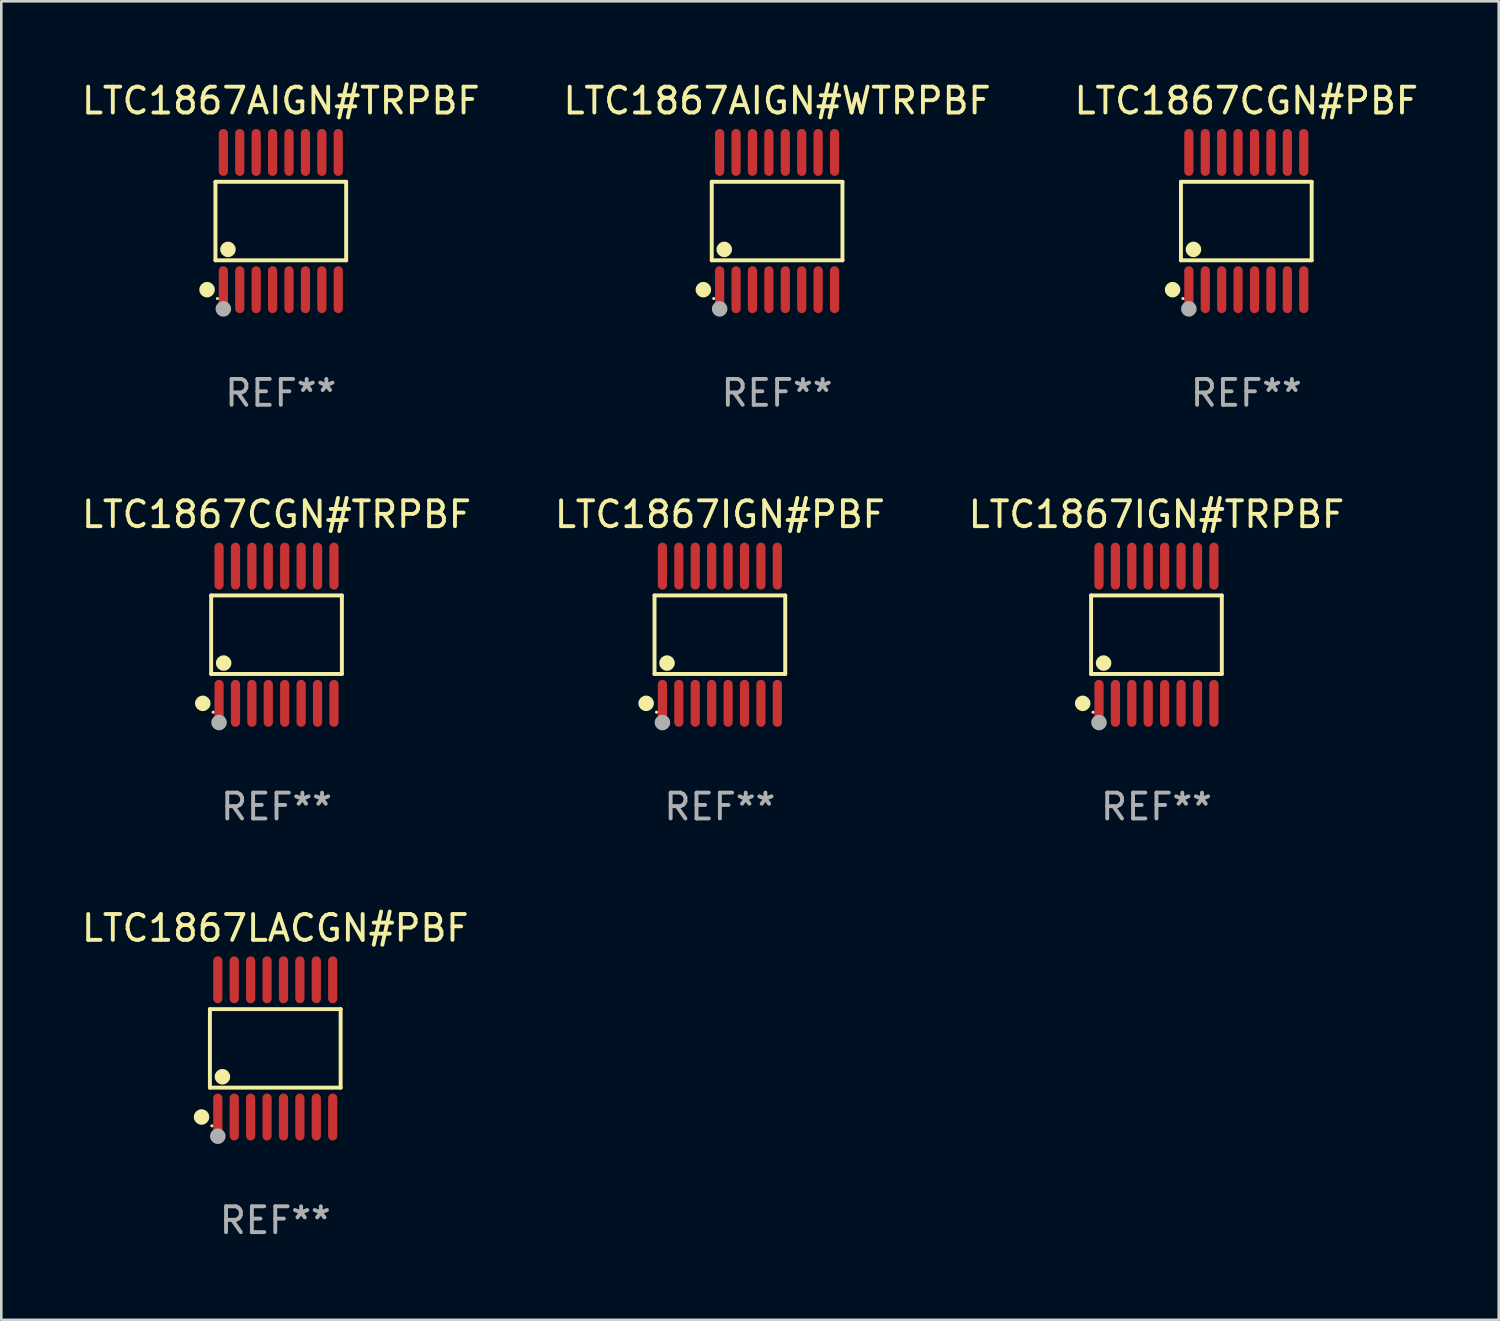
<source format=kicad_pcb>
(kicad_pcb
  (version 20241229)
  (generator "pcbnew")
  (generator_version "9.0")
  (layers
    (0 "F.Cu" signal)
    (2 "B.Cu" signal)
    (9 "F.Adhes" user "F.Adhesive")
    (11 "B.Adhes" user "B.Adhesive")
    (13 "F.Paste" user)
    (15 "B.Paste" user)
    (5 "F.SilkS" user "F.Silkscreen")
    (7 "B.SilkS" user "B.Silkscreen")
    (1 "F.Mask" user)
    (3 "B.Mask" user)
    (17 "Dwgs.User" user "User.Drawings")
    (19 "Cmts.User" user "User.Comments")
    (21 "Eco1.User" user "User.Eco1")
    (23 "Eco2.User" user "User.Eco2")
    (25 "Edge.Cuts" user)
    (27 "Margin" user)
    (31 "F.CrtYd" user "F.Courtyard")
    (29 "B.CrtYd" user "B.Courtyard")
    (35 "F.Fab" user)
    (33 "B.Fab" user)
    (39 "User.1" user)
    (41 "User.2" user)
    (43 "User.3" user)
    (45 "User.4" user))
  (footprint "LTC1867CGN#PBF"
    (layer "F.Cu")
    (at 45.173 5.503)
    (property "Reference" "LTC1867CGN#PBF" (at 0 -4.655 0) (layer "F.SilkS") (effects (font (size 1 1) (thickness 0.15))))
    (attr through_hole)
    (fp_line (start -2.529 -1.519) (end 2.529 -1.519) (stroke (width 0.152) (type solid)) (layer "F.SilkS"))
    (fp_line (start -2.529 1.519) (end -2.529 -1.519) (stroke (width 0.152) (type solid)) (layer "F.SilkS"))
    (fp_line (start 2.529 -1.519) (end 2.529 1.519) (stroke (width 0.152) (type solid)) (layer "F.SilkS"))
    (fp_line (start 2.529 1.519) (end -2.529 1.519) (stroke (width 0.152) (type solid)) (layer "F.SilkS"))
    (fp_circle (center -2.853 2.655) (end -2.703 2.655) (stroke (width 0.3) (type solid)) (fill no) (layer "F.SilkS"))
    (fp_circle (center -2.453 2.998) (end -2.423 2.998) (stroke (width 0.06) (type solid)) (fill no) (layer "F.SilkS"))
    (fp_circle (center -2.045 1.097) (end -1.895 1.097) (stroke (width 0.3) (type solid)) (fill no) (layer "F.SilkS"))
    (fp_circle (center -2.223 3.398) (end -2.072 3.398) (stroke (width 0.3) (type solid)) (fill no) (layer "F.Fab"))
    (fp_text user "REF**" (at 0 6.655 0) (layer "F.Fab") (effects (font (size 1 1) (thickness 0.15))))
    (pad "1" smd oval (at -2.223 2.655) (size 0.356 1.815) (layers "F.Cu" "F.Mask" "F.Paste"))
    (pad "2" smd oval (at -1.588 2.655) (size 0.356 1.815) (layers "F.Cu" "F.Mask" "F.Paste"))
    (pad "3" smd oval (at -0.953 2.655) (size 0.356 1.815) (layers "F.Cu" "F.Mask" "F.Paste"))
    (pad "4" smd oval (at -0.318 2.655) (size 0.356 1.815) (layers "F.Cu" "F.Mask" "F.Paste"))
    (pad "5" smd oval (at 0.318 2.655) (size 0.356 1.815) (layers "F.Cu" "F.Mask" "F.Paste"))
    (pad "6" smd oval (at 0.953 2.655) (size 0.356 1.815) (layers "F.Cu" "F.Mask" "F.Paste"))
    (pad "7" smd oval (at 1.588 2.655) (size 0.356 1.815) (layers "F.Cu" "F.Mask" "F.Paste"))
    (pad "8" smd oval (at 2.223 2.655) (size 0.356 1.815) (layers "F.Cu" "F.Mask" "F.Paste"))
    (pad "9" smd oval (at 2.223 -2.655) (size 0.356 1.815) (layers "F.Cu" "F.Mask" "F.Paste"))
    (pad "10" smd oval (at 1.588 -2.655) (size 0.356 1.815) (layers "F.Cu" "F.Mask" "F.Paste"))
    (pad "11" smd oval (at 0.953 -2.655) (size 0.356 1.815) (layers "F.Cu" "F.Mask" "F.Paste"))
    (pad "12" smd oval (at 0.318 -2.655) (size 0.356 1.815) (layers "F.Cu" "F.Mask" "F.Paste"))
    (pad "13" smd oval (at -0.318 -2.655) (size 0.356 1.815) (layers "F.Cu" "F.Mask" "F.Paste"))
    (pad "14" smd oval (at -0.953 -2.655) (size 0.356 1.815) (layers "F.Cu" "F.Mask" "F.Paste"))
    (pad "15" smd oval (at -1.588 -2.655) (size 0.356 1.815) (layers "F.Cu" "F.Mask" "F.Paste"))
    (pad "16" smd oval (at -2.223 -2.655) (size 0.356 1.815) (layers "F.Cu" "F.Mask" "F.Paste")))
  (footprint "LTC1867CGN#TRPBF"
    (layer "F.Cu")
    (at 7.649 21.509)
    (property "Reference" "LTC1867CGN#TRPBF" (at 0 -4.655 0) (layer "F.SilkS") (effects (font (size 1 1) (thickness 0.15))))
    (attr through_hole)
    (fp_line (start -2.529 -1.519) (end 2.529 -1.519) (stroke (width 0.152) (type solid)) (layer "F.SilkS"))
    (fp_line (start -2.529 1.519) (end -2.529 -1.519) (stroke (width 0.152) (type solid)) (layer "F.SilkS"))
    (fp_line (start 2.529 -1.519) (end 2.529 1.519) (stroke (width 0.152) (type solid)) (layer "F.SilkS"))
    (fp_line (start 2.529 1.519) (end -2.529 1.519) (stroke (width 0.152) (type solid)) (layer "F.SilkS"))
    (fp_circle (center -2.853 2.655) (end -2.703 2.655) (stroke (width 0.3) (type solid)) (fill no) (layer "F.SilkS"))
    (fp_circle (center -2.453 2.998) (end -2.423 2.998) (stroke (width 0.06) (type solid)) (fill no) (layer "F.SilkS"))
    (fp_circle (center -2.045 1.097) (end -1.895 1.097) (stroke (width 0.3) (type solid)) (fill no) (layer "F.SilkS"))
    (fp_circle (center -2.223 3.398) (end -2.072 3.398) (stroke (width 0.3) (type solid)) (fill no) (layer "F.Fab"))
    (fp_text user "REF**" (at 0 6.655 0) (layer "F.Fab") (effects (font (size 1 1) (thickness 0.15))))
    (pad "1" smd oval (at -2.223 2.655) (size 0.356 1.815) (layers "F.Cu" "F.Mask" "F.Paste"))
    (pad "2" smd oval (at -1.588 2.655) (size 0.356 1.815) (layers "F.Cu" "F.Mask" "F.Paste"))
    (pad "3" smd oval (at -0.953 2.655) (size 0.356 1.815) (layers "F.Cu" "F.Mask" "F.Paste"))
    (pad "4" smd oval (at -0.318 2.655) (size 0.356 1.815) (layers "F.Cu" "F.Mask" "F.Paste"))
    (pad "5" smd oval (at 0.318 2.655) (size 0.356 1.815) (layers "F.Cu" "F.Mask" "F.Paste"))
    (pad "6" smd oval (at 0.953 2.655) (size 0.356 1.815) (layers "F.Cu" "F.Mask" "F.Paste"))
    (pad "7" smd oval (at 1.588 2.655) (size 0.356 1.815) (layers "F.Cu" "F.Mask" "F.Paste"))
    (pad "8" smd oval (at 2.223 2.655) (size 0.356 1.815) (layers "F.Cu" "F.Mask" "F.Paste"))
    (pad "9" smd oval (at 2.223 -2.655) (size 0.356 1.815) (layers "F.Cu" "F.Mask" "F.Paste"))
    (pad "10" smd oval (at 1.588 -2.655) (size 0.356 1.815) (layers "F.Cu" "F.Mask" "F.Paste"))
    (pad "11" smd oval (at 0.953 -2.655) (size 0.356 1.815) (layers "F.Cu" "F.Mask" "F.Paste"))
    (pad "12" smd oval (at 0.318 -2.655) (size 0.356 1.815) (layers "F.Cu" "F.Mask" "F.Paste"))
    (pad "13" smd oval (at -0.318 -2.655) (size 0.356 1.815) (layers "F.Cu" "F.Mask" "F.Paste"))
    (pad "14" smd oval (at -0.953 -2.655) (size 0.356 1.815) (layers "F.Cu" "F.Mask" "F.Paste"))
    (pad "15" smd oval (at -1.588 -2.655) (size 0.356 1.815) (layers "F.Cu" "F.Mask" "F.Paste"))
    (pad "16" smd oval (at -2.223 -2.655) (size 0.356 1.815) (layers "F.Cu" "F.Mask" "F.Paste")))
  (footprint "LTC1867AIGN#TRPBF"
    (layer "F.Cu")
    (at 7.815 5.503)
    (property "Reference" "LTC1867AIGN#TRPBF" (at 0 -4.655 0) (layer "F.SilkS") (effects (font (size 1 1) (thickness 0.15))))
    (attr through_hole)
    (fp_line (start -2.529 -1.519) (end 2.529 -1.519) (stroke (width 0.152) (type solid)) (layer "F.SilkS"))
    (fp_line (start -2.529 1.519) (end -2.529 -1.519) (stroke (width 0.152) (type solid)) (layer "F.SilkS"))
    (fp_line (start 2.529 -1.519) (end 2.529 1.519) (stroke (width 0.152) (type solid)) (layer "F.SilkS"))
    (fp_line (start 2.529 1.519) (end -2.529 1.519) (stroke (width 0.152) (type solid)) (layer "F.SilkS"))
    (fp_circle (center -2.853 2.655) (end -2.703 2.655) (stroke (width 0.3) (type solid)) (fill no) (layer "F.SilkS"))
    (fp_circle (center -2.453 2.998) (end -2.423 2.998) (stroke (width 0.06) (type solid)) (fill no) (layer "F.SilkS"))
    (fp_circle (center -2.045 1.097) (end -1.895 1.097) (stroke (width 0.3) (type solid)) (fill no) (layer "F.SilkS"))
    (fp_circle (center -2.223 3.398) (end -2.072 3.398) (stroke (width 0.3) (type solid)) (fill no) (layer "F.Fab"))
    (fp_text user "REF**" (at 0 6.655 0) (layer "F.Fab") (effects (font (size 1 1) (thickness 0.15))))
    (pad "1" smd oval (at -2.223 2.655) (size 0.356 1.815) (layers "F.Cu" "F.Mask" "F.Paste"))
    (pad "2" smd oval (at -1.588 2.655) (size 0.356 1.815) (layers "F.Cu" "F.Mask" "F.Paste"))
    (pad "3" smd oval (at -0.953 2.655) (size 0.356 1.815) (layers "F.Cu" "F.Mask" "F.Paste"))
    (pad "4" smd oval (at -0.318 2.655) (size 0.356 1.815) (layers "F.Cu" "F.Mask" "F.Paste"))
    (pad "5" smd oval (at 0.318 2.655) (size 0.356 1.815) (layers "F.Cu" "F.Mask" "F.Paste"))
    (pad "6" smd oval (at 0.953 2.655) (size 0.356 1.815) (layers "F.Cu" "F.Mask" "F.Paste"))
    (pad "7" smd oval (at 1.588 2.655) (size 0.356 1.815) (layers "F.Cu" "F.Mask" "F.Paste"))
    (pad "8" smd oval (at 2.223 2.655) (size 0.356 1.815) (layers "F.Cu" "F.Mask" "F.Paste"))
    (pad "9" smd oval (at 2.223 -2.655) (size 0.356 1.815) (layers "F.Cu" "F.Mask" "F.Paste"))
    (pad "10" smd oval (at 1.588 -2.655) (size 0.356 1.815) (layers "F.Cu" "F.Mask" "F.Paste"))
    (pad "11" smd oval (at 0.953 -2.655) (size 0.356 1.815) (layers "F.Cu" "F.Mask" "F.Paste"))
    (pad "12" smd oval (at 0.318 -2.655) (size 0.356 1.815) (layers "F.Cu" "F.Mask" "F.Paste"))
    (pad "13" smd oval (at -0.318 -2.655) (size 0.356 1.815) (layers "F.Cu" "F.Mask" "F.Paste"))
    (pad "14" smd oval (at -0.953 -2.655) (size 0.356 1.815) (layers "F.Cu" "F.Mask" "F.Paste"))
    (pad "15" smd oval (at -1.588 -2.655) (size 0.356 1.815) (layers "F.Cu" "F.Mask" "F.Paste"))
    (pad "16" smd oval (at -2.223 -2.655) (size 0.356 1.815) (layers "F.Cu" "F.Mask" "F.Paste")))
  (footprint "LTC1867AIGN#WTRPBF"
    (layer "F.Cu")
    (at 27.018 5.503)
    (property "Reference" "LTC1867AIGN#WTRPBF" (at 0 -4.655 0) (layer "F.SilkS") (effects (font (size 1 1) (thickness 0.15))))
    (attr through_hole)
    (fp_line (start -2.529 -1.519) (end 2.529 -1.519) (stroke (width 0.152) (type solid)) (layer "F.SilkS"))
    (fp_line (start -2.529 1.519) (end -2.529 -1.519) (stroke (width 0.152) (type solid)) (layer "F.SilkS"))
    (fp_line (start 2.529 -1.519) (end 2.529 1.519) (stroke (width 0.152) (type solid)) (layer "F.SilkS"))
    (fp_line (start 2.529 1.519) (end -2.529 1.519) (stroke (width 0.152) (type solid)) (layer "F.SilkS"))
    (fp_circle (center -2.853 2.655) (end -2.703 2.655) (stroke (width 0.3) (type solid)) (fill no) (layer "F.SilkS"))
    (fp_circle (center -2.453 2.998) (end -2.423 2.998) (stroke (width 0.06) (type solid)) (fill no) (layer "F.SilkS"))
    (fp_circle (center -2.045 1.097) (end -1.895 1.097) (stroke (width 0.3) (type solid)) (fill no) (layer "F.SilkS"))
    (fp_circle (center -2.223 3.398) (end -2.072 3.398) (stroke (width 0.3) (type solid)) (fill no) (layer "F.Fab"))
    (fp_text user "REF**" (at 0 6.655 0) (layer "F.Fab") (effects (font (size 1 1) (thickness 0.15))))
    (pad "1" smd oval (at -2.223 2.655) (size 0.356 1.815) (layers "F.Cu" "F.Mask" "F.Paste"))
    (pad "2" smd oval (at -1.588 2.655) (size 0.356 1.815) (layers "F.Cu" "F.Mask" "F.Paste"))
    (pad "3" smd oval (at -0.953 2.655) (size 0.356 1.815) (layers "F.Cu" "F.Mask" "F.Paste"))
    (pad "4" smd oval (at -0.318 2.655) (size 0.356 1.815) (layers "F.Cu" "F.Mask" "F.Paste"))
    (pad "5" smd oval (at 0.318 2.655) (size 0.356 1.815) (layers "F.Cu" "F.Mask" "F.Paste"))
    (pad "6" smd oval (at 0.953 2.655) (size 0.356 1.815) (layers "F.Cu" "F.Mask" "F.Paste"))
    (pad "7" smd oval (at 1.588 2.655) (size 0.356 1.815) (layers "F.Cu" "F.Mask" "F.Paste"))
    (pad "8" smd oval (at 2.223 2.655) (size 0.356 1.815) (layers "F.Cu" "F.Mask" "F.Paste"))
    (pad "9" smd oval (at 2.223 -2.655) (size 0.356 1.815) (layers "F.Cu" "F.Mask" "F.Paste"))
    (pad "10" smd oval (at 1.588 -2.655) (size 0.356 1.815) (layers "F.Cu" "F.Mask" "F.Paste"))
    (pad "11" smd oval (at 0.953 -2.655) (size 0.356 1.815) (layers "F.Cu" "F.Mask" "F.Paste"))
    (pad "12" smd oval (at 0.318 -2.655) (size 0.356 1.815) (layers "F.Cu" "F.Mask" "F.Paste"))
    (pad "13" smd oval (at -0.318 -2.655) (size 0.356 1.815) (layers "F.Cu" "F.Mask" "F.Paste"))
    (pad "14" smd oval (at -0.953 -2.655) (size 0.356 1.815) (layers "F.Cu" "F.Mask" "F.Paste"))
    (pad "15" smd oval (at -1.588 -2.655) (size 0.356 1.815) (layers "F.Cu" "F.Mask" "F.Paste"))
    (pad "16" smd oval (at -2.223 -2.655) (size 0.356 1.815) (layers "F.Cu" "F.Mask" "F.Paste")))
  (footprint "LTC1867IGN#TRPBF"
    (layer "F.Cu")
    (at 41.696 21.509)
    (property "Reference" "LTC1867IGN#TRPBF" (at 0 -4.655 0) (layer "F.SilkS") (effects (font (size 1 1) (thickness 0.15))))
    (attr through_hole)
    (fp_line (start -2.529 -1.519) (end 2.529 -1.519) (stroke (width 0.152) (type solid)) (layer "F.SilkS"))
    (fp_line (start -2.529 1.519) (end -2.529 -1.519) (stroke (width 0.152) (type solid)) (layer "F.SilkS"))
    (fp_line (start 2.529 -1.519) (end 2.529 1.519) (stroke (width 0.152) (type solid)) (layer "F.SilkS"))
    (fp_line (start 2.529 1.519) (end -2.529 1.519) (stroke (width 0.152) (type solid)) (layer "F.SilkS"))
    (fp_circle (center -2.853 2.655) (end -2.703 2.655) (stroke (width 0.3) (type solid)) (fill no) (layer "F.SilkS"))
    (fp_circle (center -2.453 2.998) (end -2.423 2.998) (stroke (width 0.06) (type solid)) (fill no) (layer "F.SilkS"))
    (fp_circle (center -2.045 1.097) (end -1.895 1.097) (stroke (width 0.3) (type solid)) (fill no) (layer "F.SilkS"))
    (fp_circle (center -2.223 3.398) (end -2.072 3.398) (stroke (width 0.3) (type solid)) (fill no) (layer "F.Fab"))
    (fp_text user "REF**" (at 0 6.655 0) (layer "F.Fab") (effects (font (size 1 1) (thickness 0.15))))
    (pad "1" smd oval (at -2.223 2.655) (size 0.356 1.815) (layers "F.Cu" "F.Mask" "F.Paste"))
    (pad "2" smd oval (at -1.588 2.655) (size 0.356 1.815) (layers "F.Cu" "F.Mask" "F.Paste"))
    (pad "3" smd oval (at -0.953 2.655) (size 0.356 1.815) (layers "F.Cu" "F.Mask" "F.Paste"))
    (pad "4" smd oval (at -0.318 2.655) (size 0.356 1.815) (layers "F.Cu" "F.Mask" "F.Paste"))
    (pad "5" smd oval (at 0.318 2.655) (size 0.356 1.815) (layers "F.Cu" "F.Mask" "F.Paste"))
    (pad "6" smd oval (at 0.953 2.655) (size 0.356 1.815) (layers "F.Cu" "F.Mask" "F.Paste"))
    (pad "7" smd oval (at 1.588 2.655) (size 0.356 1.815) (layers "F.Cu" "F.Mask" "F.Paste"))
    (pad "8" smd oval (at 2.223 2.655) (size 0.356 1.815) (layers "F.Cu" "F.Mask" "F.Paste"))
    (pad "9" smd oval (at 2.223 -2.655) (size 0.356 1.815) (layers "F.Cu" "F.Mask" "F.Paste"))
    (pad "10" smd oval (at 1.588 -2.655) (size 0.356 1.815) (layers "F.Cu" "F.Mask" "F.Paste"))
    (pad "11" smd oval (at 0.953 -2.655) (size 0.356 1.815) (layers "F.Cu" "F.Mask" "F.Paste"))
    (pad "12" smd oval (at 0.318 -2.655) (size 0.356 1.815) (layers "F.Cu" "F.Mask" "F.Paste"))
    (pad "13" smd oval (at -0.318 -2.655) (size 0.356 1.815) (layers "F.Cu" "F.Mask" "F.Paste"))
    (pad "14" smd oval (at -0.953 -2.655) (size 0.356 1.815) (layers "F.Cu" "F.Mask" "F.Paste"))
    (pad "15" smd oval (at -1.588 -2.655) (size 0.356 1.815) (layers "F.Cu" "F.Mask" "F.Paste"))
    (pad "16" smd oval (at -2.223 -2.655) (size 0.356 1.815) (layers "F.Cu" "F.Mask" "F.Paste")))
  (footprint "LTC1867LACGN#PBF"
    (layer "F.Cu")
    (at 7.601 37.515)
    (property "Reference" "LTC1867LACGN#PBF" (at 0 -4.655 0) (layer "F.SilkS") (effects (font (size 1 1) (thickness 0.15))))
    (attr through_hole)
    (fp_line (start -2.529 -1.519) (end 2.529 -1.519) (stroke (width 0.152) (type solid)) (layer "F.SilkS"))
    (fp_line (start -2.529 1.519) (end -2.529 -1.519) (stroke (width 0.152) (type solid)) (layer "F.SilkS"))
    (fp_line (start 2.529 -1.519) (end 2.529 1.519) (stroke (width 0.152) (type solid)) (layer "F.SilkS"))
    (fp_line (start 2.529 1.519) (end -2.529 1.519) (stroke (width 0.152) (type solid)) (layer "F.SilkS"))
    (fp_circle (center -2.853 2.655) (end -2.703 2.655) (stroke (width 0.3) (type solid)) (fill no) (layer "F.SilkS"))
    (fp_circle (center -2.453 2.998) (end -2.423 2.998) (stroke (width 0.06) (type solid)) (fill no) (layer "F.SilkS"))
    (fp_circle (center -2.045 1.097) (end -1.895 1.097) (stroke (width 0.3) (type solid)) (fill no) (layer "F.SilkS"))
    (fp_circle (center -2.223 3.398) (end -2.072 3.398) (stroke (width 0.3) (type solid)) (fill no) (layer "F.Fab"))
    (fp_text user "REF**" (at 0 6.655 0) (layer "F.Fab") (effects (font (size 1 1) (thickness 0.15))))
    (pad "1" smd oval (at -2.223 2.655) (size 0.356 1.815) (layers "F.Cu" "F.Mask" "F.Paste"))
    (pad "2" smd oval (at -1.588 2.655) (size 0.356 1.815) (layers "F.Cu" "F.Mask" "F.Paste"))
    (pad "3" smd oval (at -0.953 2.655) (size 0.356 1.815) (layers "F.Cu" "F.Mask" "F.Paste"))
    (pad "4" smd oval (at -0.318 2.655) (size 0.356 1.815) (layers "F.Cu" "F.Mask" "F.Paste"))
    (pad "5" smd oval (at 0.318 2.655) (size 0.356 1.815) (layers "F.Cu" "F.Mask" "F.Paste"))
    (pad "6" smd oval (at 0.953 2.655) (size 0.356 1.815) (layers "F.Cu" "F.Mask" "F.Paste"))
    (pad "7" smd oval (at 1.588 2.655) (size 0.356 1.815) (layers "F.Cu" "F.Mask" "F.Paste"))
    (pad "8" smd oval (at 2.223 2.655) (size 0.356 1.815) (layers "F.Cu" "F.Mask" "F.Paste"))
    (pad "9" smd oval (at 2.223 -2.655) (size 0.356 1.815) (layers "F.Cu" "F.Mask" "F.Paste"))
    (pad "10" smd oval (at 1.588 -2.655) (size 0.356 1.815) (layers "F.Cu" "F.Mask" "F.Paste"))
    (pad "11" smd oval (at 0.953 -2.655) (size 0.356 1.815) (layers "F.Cu" "F.Mask" "F.Paste"))
    (pad "12" smd oval (at 0.318 -2.655) (size 0.356 1.815) (layers "F.Cu" "F.Mask" "F.Paste"))
    (pad "13" smd oval (at -0.318 -2.655) (size 0.356 1.815) (layers "F.Cu" "F.Mask" "F.Paste"))
    (pad "14" smd oval (at -0.953 -2.655) (size 0.356 1.815) (layers "F.Cu" "F.Mask" "F.Paste"))
    (pad "15" smd oval (at -1.588 -2.655) (size 0.356 1.815) (layers "F.Cu" "F.Mask" "F.Paste"))
    (pad "16" smd oval (at -2.223 -2.655) (size 0.356 1.815) (layers "F.Cu" "F.Mask" "F.Paste")))
  (footprint "LTC1867IGN#PBF"
    (layer "F.Cu")
    (at 24.804 21.509)
    (property "Reference" "LTC1867IGN#PBF" (at 0 -4.655 0) (layer "F.SilkS") (effects (font (size 1 1) (thickness 0.15))))
    (attr through_hole)
    (fp_line (start -2.529 -1.519) (end 2.529 -1.519) (stroke (width 0.152) (type solid)) (layer "F.SilkS"))
    (fp_line (start -2.529 1.519) (end -2.529 -1.519) (stroke (width 0.152) (type solid)) (layer "F.SilkS"))
    (fp_line (start 2.529 -1.519) (end 2.529 1.519) (stroke (width 0.152) (type solid)) (layer "F.SilkS"))
    (fp_line (start 2.529 1.519) (end -2.529 1.519) (stroke (width 0.152) (type solid)) (layer "F.SilkS"))
    (fp_circle (center -2.853 2.655) (end -2.703 2.655) (stroke (width 0.3) (type solid)) (fill no) (layer "F.SilkS"))
    (fp_circle (center -2.453 2.998) (end -2.423 2.998) (stroke (width 0.06) (type solid)) (fill no) (layer "F.SilkS"))
    (fp_circle (center -2.045 1.097) (end -1.895 1.097) (stroke (width 0.3) (type solid)) (fill no) (layer "F.SilkS"))
    (fp_circle (center -2.223 3.398) (end -2.072 3.398) (stroke (width 0.3) (type solid)) (fill no) (layer "F.Fab"))
    (fp_text user "REF**" (at 0 6.655 0) (layer "F.Fab") (effects (font (size 1 1) (thickness 0.15))))
    (pad "1" smd oval (at -2.223 2.655) (size 0.356 1.815) (layers "F.Cu" "F.Mask" "F.Paste"))
    (pad "2" smd oval (at -1.588 2.655) (size 0.356 1.815) (layers "F.Cu" "F.Mask" "F.Paste"))
    (pad "3" smd oval (at -0.953 2.655) (size 0.356 1.815) (layers "F.Cu" "F.Mask" "F.Paste"))
    (pad "4" smd oval (at -0.318 2.655) (size 0.356 1.815) (layers "F.Cu" "F.Mask" "F.Paste"))
    (pad "5" smd oval (at 0.318 2.655) (size 0.356 1.815) (layers "F.Cu" "F.Mask" "F.Paste"))
    (pad "6" smd oval (at 0.953 2.655) (size 0.356 1.815) (layers "F.Cu" "F.Mask" "F.Paste"))
    (pad "7" smd oval (at 1.588 2.655) (size 0.356 1.815) (layers "F.Cu" "F.Mask" "F.Paste"))
    (pad "8" smd oval (at 2.223 2.655) (size 0.356 1.815) (layers "F.Cu" "F.Mask" "F.Paste"))
    (pad "9" smd oval (at 2.223 -2.655) (size 0.356 1.815) (layers "F.Cu" "F.Mask" "F.Paste"))
    (pad "10" smd oval (at 1.588 -2.655) (size 0.356 1.815) (layers "F.Cu" "F.Mask" "F.Paste"))
    (pad "11" smd oval (at 0.953 -2.655) (size 0.356 1.815) (layers "F.Cu" "F.Mask" "F.Paste"))
    (pad "12" smd oval (at 0.318 -2.655) (size 0.356 1.815) (layers "F.Cu" "F.Mask" "F.Paste"))
    (pad "13" smd oval (at -0.318 -2.655) (size 0.356 1.815) (layers "F.Cu" "F.Mask" "F.Paste"))
    (pad "14" smd oval (at -0.953 -2.655) (size 0.356 1.815) (layers "F.Cu" "F.Mask" "F.Paste"))
    (pad "15" smd oval (at -1.588 -2.655) (size 0.356 1.815) (layers "F.Cu" "F.Mask" "F.Paste"))
    (pad "16" smd oval (at -2.223 -2.655) (size 0.356 1.815) (layers "F.Cu" "F.Mask" "F.Paste")))
  (gr_rect
    (start -3 -3)
    (end 54.94 48.018)
    (stroke (width 0.1) (type default))
    (fill no)
    (layer "Edge.Cuts")))
</source>
